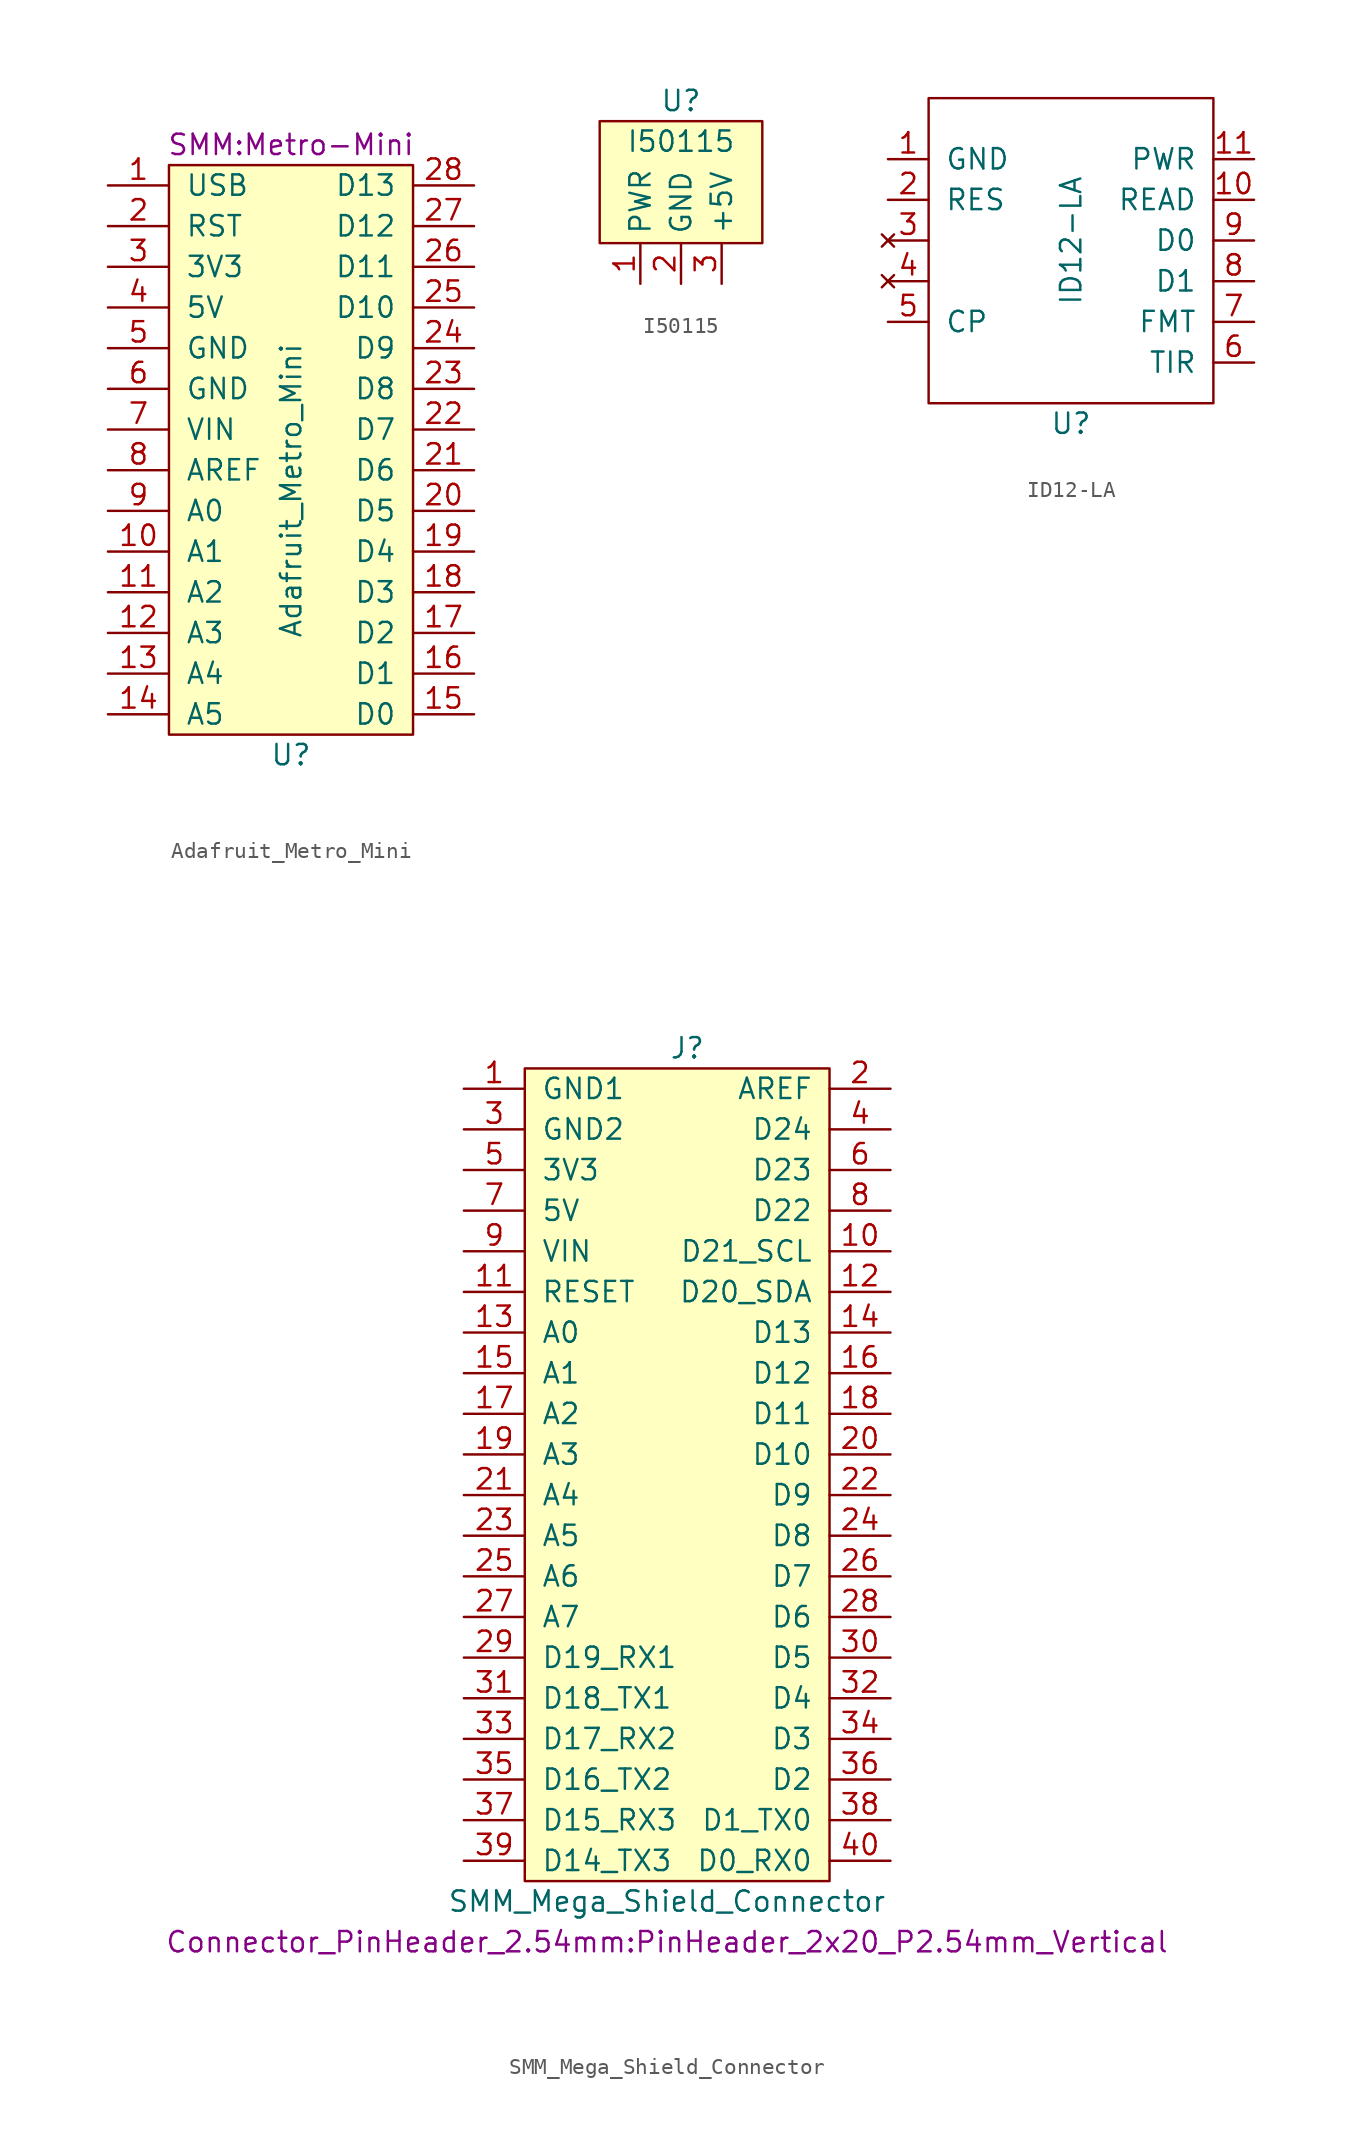
<source format=kicad_sym>
(kicad_symbol_lib
  (version 20211014)
  (generator kicad_symbol_editor)
  (symbol "Adafruit_Metro_Mini"
    (pin_names
      (offset 1.016))
    (property "Reference" "U"
      (at 0 0 0)
      (effects (font (size 1.27 1.27))))
    (property "Value" "Adafruit_Metro_Mini"
      (at 0 16.51 90)
      (effects (font (size 1.27 1.27))))
    (property "Footprint" "SMM:Metro-Mini"
      (at 0 38.1 0)
      (effects (font (size 1.27 1.27))))
    (symbol "Adafruit_Metro_Mini_0_1"
      (rectangle (start -7.62 1.27) (end 7.62 36.83) (stroke (width 0) (type default) (color 0 0 0 0)) (fill (type background))))
    (symbol "Adafruit_Metro_Mini_1_1"
      (pin bidirectional line (at -11.43 35.56 0) (length 3.81) (name "USB" (effects (font (size 1.27 1.27)))) (number "1" (effects (font (size 1.27 1.27)))))
      (pin bidirectional line (at -11.43 12.7 0) (length 3.81) (name "A1" (effects (font (size 1.27 1.27)))) (number "10" (effects (font (size 1.27 1.27)))))
      (pin bidirectional line (at -11.43 10.16 0) (length 3.81) (name "A2" (effects (font (size 1.27 1.27)))) (number "11" (effects (font (size 1.27 1.27)))))
      (pin bidirectional line (at -11.43 7.62 0) (length 3.81) (name "A3" (effects (font (size 1.27 1.27)))) (number "12" (effects (font (size 1.27 1.27)))))
      (pin bidirectional line (at -11.43 5.08 0) (length 3.81) (name "A4" (effects (font (size 1.27 1.27)))) (number "13" (effects (font (size 1.27 1.27)))))
      (pin bidirectional line (at -11.43 2.54 0) (length 3.81) (name "A5" (effects (font (size 1.27 1.27)))) (number "14" (effects (font (size 1.27 1.27)))))
      (pin bidirectional line (at 11.43 2.54 180) (length 3.81) (name "D0" (effects (font (size 1.27 1.27)))) (number "15" (effects (font (size 1.27 1.27)))))
      (pin bidirectional line (at 11.43 5.08 180) (length 3.81) (name "D1" (effects (font (size 1.27 1.27)))) (number "16" (effects (font (size 1.27 1.27)))))
      (pin bidirectional line (at 11.43 7.62 180) (length 3.81) (name "D2" (effects (font (size 1.27 1.27)))) (number "17" (effects (font (size 1.27 1.27)))))
      (pin bidirectional line (at 11.43 10.16 180) (length 3.81) (name "D3" (effects (font (size 1.27 1.27)))) (number "18" (effects (font (size 1.27 1.27)))))
      (pin bidirectional line (at 11.43 12.7 180) (length 3.81) (name "D4" (effects (font (size 1.27 1.27)))) (number "19" (effects (font (size 1.27 1.27)))))
      (pin bidirectional line (at -11.43 33.02 0) (length 3.81) (name "RST" (effects (font (size 1.27 1.27)))) (number "2" (effects (font (size 1.27 1.27)))))
      (pin bidirectional line (at 11.43 15.24 180) (length 3.81) (name "D5" (effects (font (size 1.27 1.27)))) (number "20" (effects (font (size 1.27 1.27)))))
      (pin bidirectional line (at 11.43 17.78 180) (length 3.81) (name "D6" (effects (font (size 1.27 1.27)))) (number "21" (effects (font (size 1.27 1.27)))))
      (pin bidirectional line (at 11.43 20.32 180) (length 3.81) (name "D7" (effects (font (size 1.27 1.27)))) (number "22" (effects (font (size 1.27 1.27)))))
      (pin bidirectional line (at 11.43 22.86 180) (length 3.81) (name "D8" (effects (font (size 1.27 1.27)))) (number "23" (effects (font (size 1.27 1.27)))))
      (pin bidirectional line (at 11.43 25.4 180) (length 3.81) (name "D9" (effects (font (size 1.27 1.27)))) (number "24" (effects (font (size 1.27 1.27)))))
      (pin bidirectional line (at 11.43 27.94 180) (length 3.81) (name "D10" (effects (font (size 1.27 1.27)))) (number "25" (effects (font (size 1.27 1.27)))))
      (pin bidirectional line (at 11.43 30.48 180) (length 3.81) (name "D11" (effects (font (size 1.27 1.27)))) (number "26" (effects (font (size 1.27 1.27)))))
      (pin bidirectional line (at 11.43 33.02 180) (length 3.81) (name "D12" (effects (font (size 1.27 1.27)))) (number "27" (effects (font (size 1.27 1.27)))))
      (pin bidirectional line (at 11.43 35.56 180) (length 3.81) (name "D13" (effects (font (size 1.27 1.27)))) (number "28" (effects (font (size 1.27 1.27)))))
      (pin power_out line (at -11.43 30.48 0) (length 3.81) (name "3V3" (effects (font (size 1.27 1.27)))) (number "3" (effects (font (size 1.27 1.27)))))
      (pin power_out line (at -11.43 27.94 0) (length 3.81) (name "5V" (effects (font (size 1.27 1.27)))) (number "4" (effects (font (size 1.27 1.27)))))
      (pin power_out line (at -11.43 25.4 0) (length 3.81) (name "GND" (effects (font (size 1.27 1.27)))) (number "5" (effects (font (size 1.27 1.27)))))
      (pin power_out line (at -11.43 22.86 0) (length 3.81) (name "GND" (effects (font (size 1.27 1.27)))) (number "6" (effects (font (size 1.27 1.27)))))
      (pin power_in line (at -11.43 20.32 0) (length 3.81) (name "VIN" (effects (font (size 1.27 1.27)))) (number "7" (effects (font (size 1.27 1.27)))))
      (pin input line (at -11.43 17.78 0) (length 3.81) (name "AREF" (effects (font (size 1.27 1.27)))) (number "8" (effects (font (size 1.27 1.27)))))
      (pin bidirectional line (at -11.43 15.24 0) (length 3.81) (name "A0" (effects (font (size 1.27 1.27)))) (number "9" (effects (font (size 1.27 1.27)))))))
  (symbol "I50115"
    (property "Reference" "U"
      (at 0 0 0)
      (effects (font (size 1.27 1.27))))
    (property "Value" "I50115"
      (at 0 -2.54 0)
      (effects (font (size 1.27 1.27))))
    (symbol "I50115_0_1"
      (rectangle (start -5.08 -1.27) (end 5.08 -8.89) (stroke (width 0.152) (type default) (color 0 0 0 0)) (fill (type background))))
    (symbol "I50115_1_1"
      (pin power_in line (at -2.54 -11.43 90) (length 2.54) (name "PWR" (effects (font (size 1.27 1.27)))) (number "1" (effects (font (size 1.27 1.27)))))
      (pin unspecified line (at 0 -11.43 90) (length 2.54) (name "GND" (effects (font (size 1.27 1.27)))) (number "2" (effects (font (size 1.27 1.27)))))
      (pin power_out line (at 2.54 -11.43 90) (length 2.54) (name "+5V" (effects (font (size 1.27 1.27)))) (number "3" (effects (font (size 1.27 1.27)))))))
  (symbol "ID12-LA"
    (pin_names
      (offset 1.016))
    (property "Reference" "U"
      (at 0 0 0)
      (effects (font (size 1.27 1.27))))
    (property "Value" "ID12-LA"
      (at 0 11.43 90)
      (effects (font (size 1.27 1.27))))
    (symbol "ID12-LA_0_1"
      (rectangle (start -8.89 1.27) (end 8.89 20.32) (stroke (width 0) (type default) (color 0 0 0 0)) (fill (type none))))
    (symbol "ID12-LA_1_1"
      (pin power_in line (at -11.43 16.51 0) (length 2.54) (name "GND" (effects (font (size 1.27 1.27)))) (number "1" (effects (font (size 1.27 1.27)))))
      (pin output line (at 11.43 13.97 180) (length 2.54) (name "READ" (effects (font (size 1.27 1.27)))) (number "10" (effects (font (size 1.27 1.27)))))
      (pin power_in line (at 11.43 16.51 180) (length 2.54) (name "PWR" (effects (font (size 1.27 1.27)))) (number "11" (effects (font (size 1.27 1.27)))))
      (pin input line (at -11.43 13.97 0) (length 2.54) (name "RES" (effects (font (size 1.27 1.27)))) (number "2" (effects (font (size 1.27 1.27)))))
      (pin no_connect line (at -11.43 11.43 0) (length 2.54) (name "~" (effects (font (size 1.27 1.27)))) (number "3" (effects (font (size 1.27 1.27)))))
      (pin no_connect line (at -11.43 8.89 0) (length 2.54) (name "~" (effects (font (size 1.27 1.27)))) (number "4" (effects (font (size 1.27 1.27)))))
      (pin input line (at -11.43 6.35 0) (length 2.54) (name "CP" (effects (font (size 1.27 1.27)))) (number "5" (effects (font (size 1.27 1.27)))))
      (pin output line (at 11.43 3.81 180) (length 2.54) (name "TIR" (effects (font (size 1.27 1.27)))) (number "6" (effects (font (size 1.27 1.27)))))
      (pin input line (at 11.43 6.35 180) (length 2.54) (name "FMT" (effects (font (size 1.27 1.27)))) (number "7" (effects (font (size 1.27 1.27)))))
      (pin output line (at 11.43 8.89 180) (length 2.54) (name "D1" (effects (font (size 1.27 1.27)))) (number "8" (effects (font (size 1.27 1.27)))))
      (pin output line (at 11.43 11.43 180) (length 2.54) (name "D0" (effects (font (size 1.27 1.27)))) (number "9" (effects (font (size 1.27 1.27)))))))
  (symbol "SMM_Mega_Shield_Connector"
    (pin_names
      (offset 1.016))
    (property "Reference" "J"
      (at 1.27 25.4 0)
      (effects (font (size 1.27 1.27))))
    (property "Value" "SMM_Mega_Shield_Connector"
      (at 0 -27.94 0)
      (effects (font (size 1.27 1.27))))
    (property "Footprint" "Connector_PinHeader_2.54mm:PinHeader_2x20_P2.54mm_Vertical"
      (at 0 -30.48 0)
      (effects (font (size 1.27 1.27))))
    (symbol "SMM_Mega_Shield_Connector_0_1"
      (rectangle (start -8.89 -26.67) (end 10.16 24.13) (stroke (width 0) (type default) (color 0 0 0 0)) (fill (type background))))
    (symbol "SMM_Mega_Shield_Connector_1_1"
      (pin power_out line (at -12.7 22.86 0) (length 3.81) (name "GND1" (effects (font (size 1.27 1.27)))) (number "1" (effects (font (size 1.27 1.27)))))
      (pin bidirectional line (at 13.97 12.7 180) (length 3.81) (name "D21_SCL" (effects (font (size 1.27 1.27)))) (number "10" (effects (font (size 1.27 1.27)))))
      (pin input line (at -12.7 10.16 0) (length 3.81) (name "RESET" (effects (font (size 1.27 1.27)))) (number "11" (effects (font (size 1.27 1.27)))))
      (pin bidirectional line (at 13.97 10.16 180) (length 3.81) (name "D20_SDA" (effects (font (size 1.27 1.27)))) (number "12" (effects (font (size 1.27 1.27)))))
      (pin bidirectional line (at -12.7 7.62 0) (length 3.81) (name "A0" (effects (font (size 1.27 1.27)))) (number "13" (effects (font (size 1.27 1.27)))))
      (pin bidirectional line (at 13.97 7.62 180) (length 3.81) (name "D13" (effects (font (size 1.27 1.27)))) (number "14" (effects (font (size 1.27 1.27)))))
      (pin bidirectional line (at -12.7 5.08 0) (length 3.81) (name "A1" (effects (font (size 1.27 1.27)))) (number "15" (effects (font (size 1.27 1.27)))))
      (pin bidirectional line (at 13.97 5.08 180) (length 3.81) (name "D12" (effects (font (size 1.27 1.27)))) (number "16" (effects (font (size 1.27 1.27)))))
      (pin bidirectional line (at -12.7 2.54 0) (length 3.81) (name "A2" (effects (font (size 1.27 1.27)))) (number "17" (effects (font (size 1.27 1.27)))))
      (pin bidirectional line (at 13.97 2.54 180) (length 3.81) (name "D11" (effects (font (size 1.27 1.27)))) (number "18" (effects (font (size 1.27 1.27)))))
      (pin bidirectional line (at -12.7 0 0) (length 3.81) (name "A3" (effects (font (size 1.27 1.27)))) (number "19" (effects (font (size 1.27 1.27)))))
      (pin passive line (at 13.97 22.86 180) (length 3.81) (name "AREF" (effects (font (size 1.27 1.27)))) (number "2" (effects (font (size 1.27 1.27)))))
      (pin bidirectional line (at 13.97 0 180) (length 3.81) (name "D10" (effects (font (size 1.27 1.27)))) (number "20" (effects (font (size 1.27 1.27)))))
      (pin bidirectional line (at -12.7 -2.54 0) (length 3.81) (name "A4" (effects (font (size 1.27 1.27)))) (number "21" (effects (font (size 1.27 1.27)))))
      (pin bidirectional line (at 13.97 -2.54 180) (length 3.81) (name "D9" (effects (font (size 1.27 1.27)))) (number "22" (effects (font (size 1.27 1.27)))))
      (pin bidirectional line (at -12.7 -5.08 0) (length 3.81) (name "A5" (effects (font (size 1.27 1.27)))) (number "23" (effects (font (size 1.27 1.27)))))
      (pin bidirectional line (at 13.97 -5.08 180) (length 3.81) (name "D8" (effects (font (size 1.27 1.27)))) (number "24" (effects (font (size 1.27 1.27)))))
      (pin bidirectional line (at -12.7 -7.62 0) (length 3.81) (name "A6" (effects (font (size 1.27 1.27)))) (number "25" (effects (font (size 1.27 1.27)))))
      (pin bidirectional line (at 13.97 -7.62 180) (length 3.81) (name "D7" (effects (font (size 1.27 1.27)))) (number "26" (effects (font (size 1.27 1.27)))))
      (pin bidirectional line (at -12.7 -10.16 0) (length 3.81) (name "A7" (effects (font (size 1.27 1.27)))) (number "27" (effects (font (size 1.27 1.27)))))
      (pin bidirectional line (at 13.97 -10.16 180) (length 3.81) (name "D6" (effects (font (size 1.27 1.27)))) (number "28" (effects (font (size 1.27 1.27)))))
      (pin bidirectional line (at -12.7 -12.7 0) (length 3.81) (name "D19_RX1" (effects (font (size 1.27 1.27)))) (number "29" (effects (font (size 1.27 1.27)))))
      (pin power_out line (at -12.7 20.32 0) (length 3.81) (name "GND2" (effects (font (size 1.27 1.27)))) (number "3" (effects (font (size 1.27 1.27)))))
      (pin bidirectional line (at 13.97 -12.7 180) (length 3.81) (name "D5" (effects (font (size 1.27 1.27)))) (number "30" (effects (font (size 1.27 1.27)))))
      (pin bidirectional line (at -12.7 -15.24 0) (length 3.81) (name "D18_TX1" (effects (font (size 1.27 1.27)))) (number "31" (effects (font (size 1.27 1.27)))))
      (pin bidirectional line (at 13.97 -15.24 180) (length 3.81) (name "D4" (effects (font (size 1.27 1.27)))) (number "32" (effects (font (size 1.27 1.27)))))
      (pin bidirectional line (at -12.7 -17.78 0) (length 3.81) (name "D17_RX2" (effects (font (size 1.27 1.27)))) (number "33" (effects (font (size 1.27 1.27)))))
      (pin bidirectional line (at 13.97 -17.78 180) (length 3.81) (name "D3" (effects (font (size 1.27 1.27)))) (number "34" (effects (font (size 1.27 1.27)))))
      (pin bidirectional line (at -12.7 -20.32 0) (length 3.81) (name "D16_TX2" (effects (font (size 1.27 1.27)))) (number "35" (effects (font (size 1.27 1.27)))))
      (pin bidirectional line (at 13.97 -20.32 180) (length 3.81) (name "D2" (effects (font (size 1.27 1.27)))) (number "36" (effects (font (size 1.27 1.27)))))
      (pin bidirectional line (at -12.7 -22.86 0) (length 3.81) (name "D15_RX3" (effects (font (size 1.27 1.27)))) (number "37" (effects (font (size 1.27 1.27)))))
      (pin bidirectional line (at 13.97 -22.86 180) (length 3.81) (name "D1_TX0" (effects (font (size 1.27 1.27)))) (number "38" (effects (font (size 1.27 1.27)))))
      (pin bidirectional line (at -12.7 -25.4 0) (length 3.81) (name "D14_TX3" (effects (font (size 1.27 1.27)))) (number "39" (effects (font (size 1.27 1.27)))))
      (pin bidirectional line (at 13.97 20.32 180) (length 3.81) (name "D24" (effects (font (size 1.27 1.27)))) (number "4" (effects (font (size 1.27 1.27)))))
      (pin bidirectional line (at 13.97 -25.4 180) (length 3.81) (name "D0_RX0" (effects (font (size 1.27 1.27)))) (number "40" (effects (font (size 1.27 1.27)))))
      (pin power_out line (at -12.7 17.78 0) (length 3.81) (name "3V3" (effects (font (size 1.27 1.27)))) (number "5" (effects (font (size 1.27 1.27)))))
      (pin bidirectional line (at 13.97 17.78 180) (length 3.81) (name "D23" (effects (font (size 1.27 1.27)))) (number "6" (effects (font (size 1.27 1.27)))))
      (pin power_out line (at -12.7 15.24 0) (length 3.81) (name "5V" (effects (font (size 1.27 1.27)))) (number "7" (effects (font (size 1.27 1.27)))))
      (pin bidirectional line (at 13.97 15.24 180) (length 3.81) (name "D22" (effects (font (size 1.27 1.27)))) (number "8" (effects (font (size 1.27 1.27)))))
      (pin bidirectional line (at -12.7 12.7 0) (length 3.81) (name "VIN" (effects (font (size 1.27 1.27)))) (number "9" (effects (font (size 1.27 1.27))))))))
</source>
